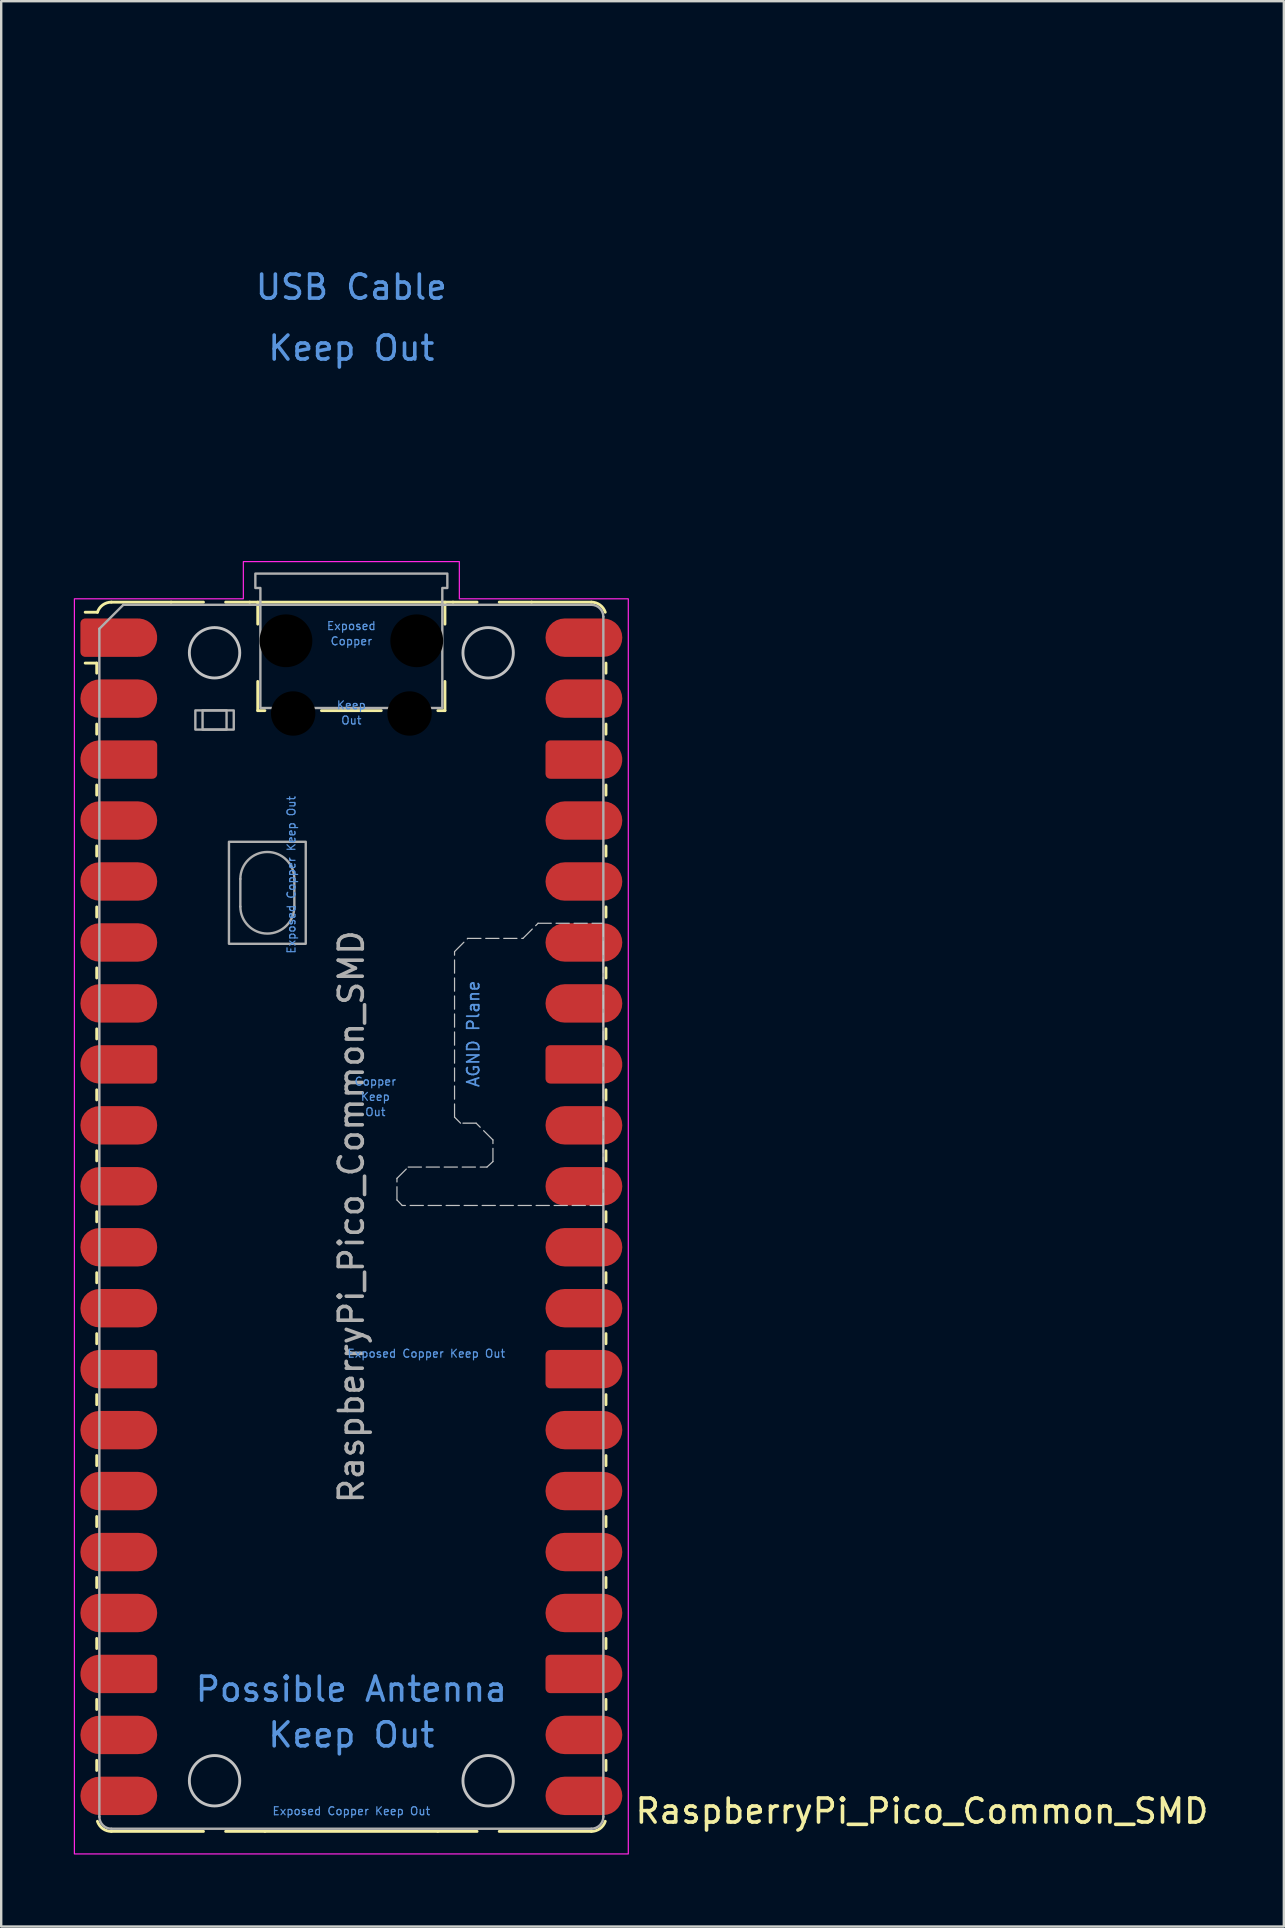
<source format=kicad_pcb>
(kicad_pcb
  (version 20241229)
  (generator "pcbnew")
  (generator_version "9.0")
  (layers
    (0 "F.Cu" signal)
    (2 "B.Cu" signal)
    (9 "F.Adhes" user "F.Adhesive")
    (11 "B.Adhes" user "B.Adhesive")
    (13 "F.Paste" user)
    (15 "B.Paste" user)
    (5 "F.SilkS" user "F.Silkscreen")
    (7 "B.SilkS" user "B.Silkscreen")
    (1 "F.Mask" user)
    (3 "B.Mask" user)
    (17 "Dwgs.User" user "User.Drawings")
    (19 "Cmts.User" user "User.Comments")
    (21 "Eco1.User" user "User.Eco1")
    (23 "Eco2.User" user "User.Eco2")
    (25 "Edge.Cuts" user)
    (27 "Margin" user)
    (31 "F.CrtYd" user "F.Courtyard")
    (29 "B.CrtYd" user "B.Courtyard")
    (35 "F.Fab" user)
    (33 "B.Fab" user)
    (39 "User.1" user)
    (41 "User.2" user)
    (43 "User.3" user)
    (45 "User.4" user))
  (footprint "RaspberryPi_Pico_Common_SMD"
    (layer "F.Cu")
    (at 11.59 47.65)
    (property "Reference" "RaspberryPi_Pico_Common_SMD" (at 11.748 24.765 0) (unlocked yes) (layer "F.SilkS") (effects (font (size 1 1) (thickness 0.15)) (justify left)))
    (attr smd)
    (fp_line (start -10.61 -23.07) (end -11.09 -23.07) (stroke (width 0.12) (type solid)) (layer "F.SilkS"))
    (fp_line (start -10.61 -23.07) (end -10.61 -22.65) (stroke (width 0.12) (type solid)) (layer "F.SilkS"))
    (fp_line (start -10.61 -20.53) (end -10.61 -20.11) (stroke (width 0.12) (type solid)) (layer "F.SilkS"))
    (fp_line (start -10.61 -17.99) (end -10.61 -17.57) (stroke (width 0.12) (type solid)) (layer "F.SilkS"))
    (fp_line (start -10.61 -15.45) (end -10.61 -15.03) (stroke (width 0.12) (type solid)) (layer "F.SilkS"))
    (fp_line (start -10.61 -12.91) (end -10.61 -12.49) (stroke (width 0.12) (type solid)) (layer "F.SilkS"))
    (fp_line (start -10.61 -10.37) (end -10.61 -9.95) (stroke (width 0.12) (type solid)) (layer "F.SilkS"))
    (fp_line (start -10.61 -7.83) (end -10.61 -7.41) (stroke (width 0.12) (type solid)) (layer "F.SilkS"))
    (fp_line (start -10.61 -5.29) (end -10.61 -4.87) (stroke (width 0.12) (type solid)) (layer "F.SilkS"))
    (fp_line (start -10.61 -2.75) (end -10.61 -2.33) (stroke (width 0.12) (type solid)) (layer "F.SilkS"))
    (fp_line (start -10.61 -0.21) (end -10.61 0.21) (stroke (width 0.12) (type solid)) (layer "F.SilkS"))
    (fp_line (start -10.61 2.33) (end -10.61 2.75) (stroke (width 0.12) (type solid)) (layer "F.SilkS"))
    (fp_line (start -10.61 4.87) (end -10.61 5.29) (stroke (width 0.12) (type solid)) (layer "F.SilkS"))
    (fp_line (start -10.61 7.41) (end -10.61 7.83) (stroke (width 0.12) (type solid)) (layer "F.SilkS"))
    (fp_line (start -10.61 9.95) (end -10.61 10.37) (stroke (width 0.12) (type solid)) (layer "F.SilkS"))
    (fp_line (start -10.61 12.49) (end -10.61 12.91) (stroke (width 0.12) (type solid)) (layer "F.SilkS"))
    (fp_line (start -10.61 15.03) (end -10.61 15.45) (stroke (width 0.12) (type solid)) (layer "F.SilkS"))
    (fp_line (start -10.61 17.57) (end -10.61 17.99) (stroke (width 0.12) (type solid)) (layer "F.SilkS"))
    (fp_line (start -10.61 20.11) (end -10.61 20.53) (stroke (width 0.12) (type solid)) (layer "F.SilkS"))
    (fp_line (start -10.61 22.65) (end -10.61 23.07) (stroke (width 0.12) (type solid)) (layer "F.SilkS"))
    (fp_line (start -10.58 -25.19) (end -11.09 -25.19) (stroke (width 0.12) (type solid)) (layer "F.SilkS"))
    (fp_line (start -10 -25.61) (end -7.51 -25.61) (stroke (width 0.12) (type solid)) (layer "F.SilkS"))
    (fp_line (start -10 25.61) (end -6.162 25.61) (stroke (width 0.12) (type solid)) (layer "F.SilkS"))
    (fp_line (start -7.51 -25.61) (end -6.162 -25.61) (stroke (width 0.12) (type solid)) (layer "F.SilkS"))
    (fp_line (start -5.238 -25.61) (end -4.235 -25.61) (stroke (width 0.12) (type solid)) (layer "F.SilkS"))
    (fp_line (start -4.235 -25.61) (end 4.235 -25.61) (stroke (width 0.12) (type solid)) (layer "F.SilkS"))
    (fp_line (start -3.9 -25.61) (end -3.9 -24.694) (stroke (width 0.12) (type solid)) (layer "F.SilkS"))
    (fp_line (start -3.9 -22.306) (end -3.9 -21.09) (stroke (width 0.12) (type solid)) (layer "F.SilkS"))
    (fp_line (start -3.9 -21.09) (end -3.604 -21.09) (stroke (width 0.12) (type solid)) (layer "F.SilkS"))
    (fp_line (start -3.6 25.61) (end -5.238 25.61) (stroke (width 0.12) (type solid)) (layer "F.SilkS"))
    (fp_line (start -1.246 -21.09) (end 1.246 -21.09) (stroke (width 0.12) (type solid)) (layer "F.SilkS"))
    (fp_line (start 3.6 25.61) (end -3.6 25.61) (stroke (width 0.12) (type solid)) (layer "F.SilkS"))
    (fp_line (start 3.604 -21.09) (end 3.9 -21.09) (stroke (width 0.12) (type solid)) (layer "F.SilkS"))
    (fp_line (start 3.9 -25.61) (end 3.9 -24.694) (stroke (width 0.12) (type solid)) (layer "F.SilkS"))
    (fp_line (start 3.9 -22.306) (end 3.9 -21.09) (stroke (width 0.12) (type solid)) (layer "F.SilkS"))
    (fp_line (start 4.235 -25.61) (end 5.238 -25.61) (stroke (width 0.12) (type solid)) (layer "F.SilkS"))
    (fp_line (start 5.238 25.61) (end 3.6 25.61) (stroke (width 0.12) (type solid)) (layer "F.SilkS"))
    (fp_line (start 6.162 -25.61) (end 7.51 -25.61) (stroke (width 0.12) (type solid)) (layer "F.SilkS"))
    (fp_line (start 6.162 25.61) (end 10 25.61) (stroke (width 0.12) (type solid)) (layer "F.SilkS"))
    (fp_line (start 10 -25.61) (end 7.51 -25.61) (stroke (width 0.12) (type solid)) (layer "F.SilkS"))
    (fp_line (start 10.61 -23.07) (end 10.61 -22.65) (stroke (width 0.12) (type solid)) (layer "F.SilkS"))
    (fp_line (start 10.61 -20.53) (end 10.61 -20.11) (stroke (width 0.12) (type solid)) (layer "F.SilkS"))
    (fp_line (start 10.61 -17.99) (end 10.61 -17.57) (stroke (width 0.12) (type solid)) (layer "F.SilkS"))
    (fp_line (start 10.61 -15.45) (end 10.61 -15.03) (stroke (width 0.12) (type solid)) (layer "F.SilkS"))
    (fp_line (start 10.61 -12.91) (end 10.61 -12.49) (stroke (width 0.12) (type solid)) (layer "F.SilkS"))
    (fp_line (start 10.61 -10.37) (end 10.61 -9.95) (stroke (width 0.12) (type solid)) (layer "F.SilkS"))
    (fp_line (start 10.61 -7.83) (end 10.61 -7.41) (stroke (width 0.12) (type solid)) (layer "F.SilkS"))
    (fp_line (start 10.61 -5.29) (end 10.61 -4.87) (stroke (width 0.12) (type solid)) (layer "F.SilkS"))
    (fp_line (start 10.61 -2.75) (end 10.61 -2.33) (stroke (width 0.12) (type solid)) (layer "F.SilkS"))
    (fp_line (start 10.61 -0.21) (end 10.61 0.21) (stroke (width 0.12) (type solid)) (layer "F.SilkS"))
    (fp_line (start 10.61 2.33) (end 10.61 2.75) (stroke (width 0.12) (type solid)) (layer "F.SilkS"))
    (fp_line (start 10.61 4.87) (end 10.61 5.29) (stroke (width 0.12) (type solid)) (layer "F.SilkS"))
    (fp_line (start 10.61 7.41) (end 10.61 7.83) (stroke (width 0.12) (type solid)) (layer "F.SilkS"))
    (fp_line (start 10.61 9.95) (end 10.61 10.37) (stroke (width 0.12) (type solid)) (layer "F.SilkS"))
    (fp_line (start 10.61 12.49) (end 10.61 12.91) (stroke (width 0.12) (type solid)) (layer "F.SilkS"))
    (fp_line (start 10.61 15.03) (end 10.61 15.45) (stroke (width 0.12) (type solid)) (layer "F.SilkS"))
    (fp_line (start 10.61 17.57) (end 10.61 17.99) (stroke (width 0.12) (type solid)) (layer "F.SilkS"))
    (fp_line (start 10.61 20.11) (end 10.61 20.53) (stroke (width 0.12) (type solid)) (layer "F.SilkS"))
    (fp_line (start 10.61 22.65) (end 10.61 23.07) (stroke (width 0.12) (type solid)) (layer "F.SilkS"))
    (fp_arc (start -10.579676 -25.19) (mid -10.357938 -25.493944) (end -10 -25.61) (stroke (width 0.12) (type solid)) (layer "F.SilkS"))
    (fp_arc (start -10 25.61) (mid -10.357937 25.493944) (end -10.579676 25.189937) (stroke (width 0.12) (type solid)) (layer "F.SilkS"))
    (fp_arc (start 10 -25.61) (mid 10.357937 -25.493944) (end 10.579676 -25.189937) (stroke (width 0.12) (type solid)) (layer "F.SilkS"))
    (fp_arc (start 10.579676 25.189937) (mid 10.357946 25.493957) (end 10 25.61) (stroke (width 0.12) (type solid)) (layer "F.SilkS"))
    (fp_circle (center -5.7 -23.5) (end -4.65 -23.5) (stroke (width 0.12) (type solid)) (fill no) (layer "Dwgs.User"))
    (fp_circle (center -5.7 23.5) (end -4.65 23.5) (stroke (width 0.12) (type solid)) (fill no) (layer "Dwgs.User"))
    (fp_circle (center 5.7 -23.5) (end 6.75 -23.5) (stroke (width 0.12) (type solid)) (fill no) (layer "Dwgs.User"))
    (fp_circle (center 5.7 23.5) (end 6.75 23.5) (stroke (width 0.12) (type solid)) (fill no) (layer "Dwgs.User"))
    (fp_poly (pts (xy 10.5 -0.47) (xy 2.12 -0.47) (xy 1.9 -0.7) (xy 1.9 -1.6) (xy 2.37 -2.07) (xy 5.65 -2.07) (xy 5.9 -2.3) (xy 5.9 -3.2) (xy 5.2 -3.9) (xy 4.55 -3.9) (xy 4.3 -4.15) (xy 4.3 -11.05) (xy 4.85 -11.6) (xy 7.15 -11.6) (xy 7.78 -12.23) (xy 10.5 -12.23)) (stroke (width 0.05) (type dash)) (fill no) (layer "Dwgs.User"))
    (fp_poly (pts (xy -4.5 -27.3) (xy 4.5 -27.3) (xy 4.5 -25.75) (xy 11.54 -25.75) (xy 11.54 26.55) (xy -11.54 26.55) (xy -11.54 -25.75) (xy -4.5 -25.75)) (stroke (width 0.05) (type solid)) (fill no) (layer "F.CrtYd"))
    (fp_line (start -10.5 -24.5) (end -9.5 -25.5) (stroke (width 0.1) (type solid)) (layer "F.Fab"))
    (fp_line (start -10.5 25) (end -10.5 -24.5) (stroke (width 0.1) (type solid)) (layer "F.Fab"))
    (fp_line (start -9.5 -25.5) (end 10 -25.5) (stroke (width 0.1) (type solid)) (layer "F.Fab"))
    (fp_line (start -4.625 -14.075) (end -4.625 -12.925) (stroke (width 0.1) (type solid)) (layer "F.Fab"))
    (fp_line (start -2.375 -14.075) (end -2.375 -12.925) (stroke (width 0.1) (type solid)) (layer "F.Fab"))
    (fp_line (start 10 25.5) (end -10 25.5) (stroke (width 0.1) (type solid)) (layer "F.Fab"))
    (fp_line (start 10.5 -25) (end 10.5 25) (stroke (width 0.1) (type solid)) (layer "F.Fab"))
    (fp_rect (start -6.5 -21.1) (end -4.9 -20.3) (stroke (width 0.1) (type solid)) (fill no) (layer "F.Fab"))
    (fp_rect (start -6.2 -21.1) (end -5.2 -20.3) (stroke (width 0.1) (type solid)) (fill no) (layer "F.Fab"))
    (fp_rect (start -5.1 -15.625) (end -1.9 -11.375) (stroke (width 0.1) (type solid)) (fill no) (layer "F.Fab"))
    (fp_arc (start -10 25.5) (mid -10.353553 25.353553) (end -10.5 25) (stroke (width 0.1) (type solid)) (layer "F.Fab"))
    (fp_arc (start -4.625 -14.075) (mid -3.5 -15.2) (end -2.375 -14.075) (stroke (width 0.1) (type solid)) (layer "F.Fab"))
    (fp_arc (start -2.375 -12.925) (mid -3.5 -11.8) (end -4.625 -12.925) (stroke (width 0.1) (type solid)) (layer "F.Fab"))
    (fp_arc (start 10 -25.5) (mid 10.353553 -25.353553) (end 10.5 -25) (stroke (width 0.1) (type solid)) (layer "F.Fab"))
    (fp_arc (start 10.5 25) (mid 10.353553 25.353553) (end 10 25.5) (stroke (width 0.1) (type solid)) (layer "F.Fab"))
    (fp_poly (pts (xy 3.79 -21.2) (xy 3.79 -26.2) (xy 4 -26.2) (xy 4 -26.8) (xy -4 -26.8) (xy -4 -26.2) (xy -3.79 -26.2) (xy -3.79 -21.2)) (stroke (width 0.1) (type solid)) (fill no) (layer "F.Fab"))
    (fp_text user "AGND Plane" (at 5.08 -7.62 90) (unlocked yes) (layer "Cmts.User") (effects (font (size 0.5 0.5) (thickness 0.075))))
    (fp_text user "Exposed Copper Keep Out" (at 3.124 5.7 0) (unlocked yes) (layer "Cmts.User") (effects (font (size 0.333 0.333) (thickness 0.05))))
    (fp_text user "Copper" (at 0 -23.983 0) (unlocked yes) (layer "Cmts.User") (effects (font (size 0.333 0.333) (thickness 0.05))))
    (fp_text user "Keep Out" (at 0 -36.195 0) (unlocked yes) (layer "Cmts.User") (effects (font (size 1 1) (thickness 0.15))))
    (fp_text user "Out" (at 1 -4.365 0) (unlocked yes) (layer "Cmts.User") (effects (font (size 0.333 0.333) (thickness 0.05))))
    (fp_text user "USB Cable" (at 0 -38.735 0) (unlocked yes) (layer "Cmts.User") (effects (font (size 1 1) (thickness 0.15))))
    (fp_text user "Exposed" (at 0 -24.617 0) (unlocked yes) (layer "Cmts.User") (effects (font (size 0.333 0.333) (thickness 0.05))))
    (fp_text user "Keep Out" (at 0 21.59 0) (unlocked yes) (layer "Cmts.User") (effects (font (size 1 1) (thickness 0.15))))
    (fp_text user "Keep" (at 0 -21.317 0) (unlocked yes) (layer "Cmts.User") (effects (font (size 0.333 0.333) (thickness 0.05))))
    (fp_text user "Copper" (at 1 -5.635 0) (unlocked yes) (layer "Cmts.User") (effects (font (size 0.333 0.333) (thickness 0.05))))
    (fp_text user "Possible Antenna" (at 0 19.685 0) (unlocked yes) (layer "Cmts.User") (effects (font (size 1 1) (thickness 0.15))))
    (fp_text user "Exposed Copper Keep Out" (at -2.5 -14.25 90) (unlocked yes) (layer "Cmts.User") (effects (font (size 0.333 0.333) (thickness 0.05))))
    (fp_text user "Keep" (at 1 -5 0) (unlocked yes) (layer "Cmts.User") (effects (font (size 0.333 0.333) (thickness 0.05))))
    (fp_text user "Exposed Copper Keep Out" (at 0 24.765 0) (unlocked yes) (layer "Cmts.User") (effects (font (size 0.333 0.333) (thickness 0.05))))
    (fp_text user "Out" (at 0 -20.683 0) (unlocked yes) (layer "Cmts.User") (effects (font (size 0.333 0.333) (thickness 0.05))))
    (fp_text user "${REFERENCE}" (at 0 0 90) (layer "F.Fab") (effects (font (size 1 1) (thickness 0.15))))
    (pad "" smd rect (at -8.89 -24.13) (size 3.8 2.2) (drill (offset -0.8 0)) (layers "F.Paste"))
    (pad "" smd rect (at -8.89 -21.59) (size 3.8 2.2) (drill (offset -0.8 0)) (layers "F.Paste"))
    (pad "" smd rect (at -8.89 -19.05) (size 3.8 2.2) (drill (offset -0.8 0)) (layers "F.Paste"))
    (pad "" smd rect (at -8.89 -16.51) (size 3.8 2.2) (drill (offset -0.8 0)) (layers "F.Paste"))
    (pad "" smd rect (at -8.89 -13.97) (size 3.8 2.2) (drill (offset -0.8 0)) (layers "F.Paste"))
    (pad "" smd rect (at -8.89 -11.43) (size 3.8 2.2) (drill (offset -0.8 0)) (layers "F.Paste"))
    (pad "" smd rect (at -8.89 -8.89) (size 3.8 2.2) (drill (offset -0.8 0)) (layers "F.Paste"))
    (pad "" smd rect (at -8.89 -6.35) (size 3.8 2.2) (drill (offset -0.8 0)) (layers "F.Paste"))
    (pad "" smd rect (at -8.89 -3.81) (size 3.8 2.2) (drill (offset -0.8 0)) (layers "F.Paste"))
    (pad "" smd rect (at -8.89 -1.27) (size 3.8 2.2) (drill (offset -0.8 0)) (layers "F.Paste"))
    (pad "" smd rect (at -8.89 1.27) (size 3.8 2.2) (drill (offset -0.8 0)) (layers "F.Paste"))
    (pad "" smd rect (at -8.89 3.81) (size 3.8 2.2) (drill (offset -0.8 0)) (layers "F.Paste"))
    (pad "" smd rect (at -8.89 6.35) (size 3.8 2.2) (drill (offset -0.8 0)) (layers "F.Paste"))
    (pad "" smd rect (at -8.89 8.89) (size 3.8 2.2) (drill (offset -0.8 0)) (layers "F.Paste"))
    (pad "" smd rect (at -8.89 11.43) (size 3.8 2.2) (drill (offset -0.8 0)) (layers "F.Paste"))
    (pad "" smd rect (at -8.89 13.97) (size 3.8 2.2) (drill (offset -0.8 0)) (layers "F.Paste"))
    (pad "" smd rect (at -8.89 16.51) (size 3.8 2.2) (drill (offset -0.8 0)) (layers "F.Paste"))
    (pad "" smd rect (at -8.89 19.05) (size 3.8 2.2) (drill (offset -0.8 0)) (layers "F.Paste"))
    (pad "" smd rect (at -8.89 21.59) (size 3.8 2.2) (drill (offset -0.8 0)) (layers "F.Paste"))
    (pad "" smd rect (at -8.89 24.13) (size 3.8 2.2) (drill (offset -0.8 0)) (layers "F.Paste"))
    (pad "" np_thru_hole circle (at -2.725 -24) (size 2.2 2.2) (drill 2.2) (layers "*.Mask"))
    (pad "" np_thru_hole circle (at -2.425 -20.97) (size 1.85 1.85) (drill 1.85) (layers "*.Mask"))
    (pad "" np_thru_hole circle (at 2.425 -20.97) (size 1.85 1.85) (drill 1.85) (layers "*.Mask"))
    (pad "" np_thru_hole circle (at 2.725 -24) (size 2.2 2.2) (drill 2.2) (layers "*.Mask"))
    (pad "" smd rect (at 8.89 -24.13) (size 3.8 2.2) (drill (offset 0.8 0)) (layers "F.Paste"))
    (pad "" smd rect (at 8.89 -21.59) (size 3.8 2.2) (drill (offset 0.8 0)) (layers "F.Paste"))
    (pad "" smd rect (at 8.89 -19.05) (size 3.8 2.2) (drill (offset 0.8 0)) (layers "F.Paste"))
    (pad "" smd rect (at 8.89 -16.51) (size 3.8 2.2) (drill (offset 0.8 0)) (layers "F.Paste"))
    (pad "" smd rect (at 8.89 -13.97) (size 3.8 2.2) (drill (offset 0.8 0)) (layers "F.Paste"))
    (pad "" smd rect (at 8.89 -11.43) (size 3.8 2.2) (drill (offset 0.8 0)) (layers "F.Paste"))
    (pad "" smd rect (at 8.89 -8.89) (size 3.8 2.2) (drill (offset 0.8 0)) (layers "F.Paste"))
    (pad "" smd rect (at 8.89 -6.35) (size 3.8 2.2) (drill (offset 0.8 0)) (layers "F.Paste"))
    (pad "" smd rect (at 8.89 -3.81) (size 3.8 2.2) (drill (offset 0.8 0)) (layers "F.Paste"))
    (pad "" smd rect (at 8.89 -1.27) (size 3.8 2.2) (drill (offset 0.8 0)) (layers "F.Paste"))
    (pad "" smd rect (at 8.89 1.27) (size 3.8 2.2) (drill (offset 0.8 0)) (layers "F.Paste"))
    (pad "" smd rect (at 8.89 3.81) (size 3.8 2.2) (drill (offset 0.8 0)) (layers "F.Paste"))
    (pad "" smd rect (at 8.89 6.35) (size 3.8 2.2) (drill (offset 0.8 0)) (layers "F.Paste"))
    (pad "" smd rect (at 8.89 8.89) (size 3.8 2.2) (drill (offset 0.8 0)) (layers "F.Paste"))
    (pad "" smd rect (at 8.89 11.43) (size 3.8 2.2) (drill (offset 0.8 0)) (layers "F.Paste"))
    (pad "" smd rect (at 8.89 13.97) (size 3.8 2.2) (drill (offset 0.8 0)) (layers "F.Paste"))
    (pad "" smd rect (at 8.89 16.51) (size 3.8 2.2) (drill (offset 0.8 0)) (layers "F.Paste"))
    (pad "" smd rect (at 8.89 19.05) (size 3.8 2.2) (drill (offset 0.8 0)) (layers "F.Paste"))
    (pad "" smd rect (at 8.89 21.59) (size 3.8 2.2) (drill (offset 0.8 0)) (layers "F.Paste"))
    (pad "" smd rect (at 8.89 24.13) (size 3.8 2.2) (drill (offset 0.8 0)) (layers "F.Paste"))
    (pad "1" smd custom (at -9.69 -24.13) (size 1.6 0.8) (layers "F.Cu" "F.Mask") (options (anchor rect)) (primitives (gr_circle (center 0.8 0) (end 1.6 0) (width 0) (fill yes)) (gr_poly (pts (xy -1.6 -0.6) (xy -1.6 0.6) (xy -1.4 0.8) (xy 0.8 0.8) (xy 0.8 -0.8) (xy -1.4 -0.8)) (width 0) (fill yes)) (gr_circle (center -1.4 -0.6) (end -1.2 -0.6) (width 0) (fill yes)) (gr_circle (center -1.4 0.6) (end -1.2 0.6) (width 0) (fill yes))))
    (pad "2" smd roundrect (at -9.69 -21.59) (size 3.2 1.6) (layers "F.Cu" "F.Mask") (roundrect_rratio 0.5))
    (pad "3" smd custom (at -9.69 -19.05) (size 1.6 0.8) (layers "F.Cu" "F.Mask") (options (anchor rect)) (primitives (gr_circle (center -0.8 0) (end 0 0) (width 0) (fill yes)) (gr_poly (pts (xy 1.6 -0.6) (xy 1.6 0.6) (xy 1.4 0.8) (xy -0.8 0.8) (xy -0.8 -0.8) (xy 1.4 -0.8)) (width 0) (fill yes)) (gr_circle (center 1.4 -0.6) (end 1.6 -0.6) (width 0) (fill yes)) (gr_circle (center 1.4 0.6) (end 1.6 0.6) (width 0) (fill yes))))
    (pad "4" smd roundrect (at -9.69 -16.51) (size 3.2 1.6) (layers "F.Cu" "F.Mask") (roundrect_rratio 0.5))
    (pad "5" smd roundrect (at -9.69 -13.97) (size 3.2 1.6) (layers "F.Cu" "F.Mask") (roundrect_rratio 0.5))
    (pad "6" smd roundrect (at -9.69 -11.43) (size 3.2 1.6) (layers "F.Cu" "F.Mask") (roundrect_rratio 0.5))
    (pad "7" smd roundrect (at -9.69 -8.89) (size 3.2 1.6) (layers "F.Cu" "F.Mask") (roundrect_rratio 0.5))
    (pad "8" smd custom (at -9.69 -6.35) (size 1.6 0.8) (layers "F.Cu" "F.Mask") (options (anchor rect)) (primitives (gr_circle (center -0.8 0) (end 0 0) (width 0) (fill yes)) (gr_poly (pts (xy 1.6 -0.6) (xy 1.6 0.6) (xy 1.4 0.8) (xy -0.8 0.8) (xy -0.8 -0.8) (xy 1.4 -0.8)) (width 0) (fill yes)) (gr_circle (center 1.4 -0.6) (end 1.6 -0.6) (width 0) (fill yes)) (gr_circle (center 1.4 0.6) (end 1.6 0.6) (width 0) (fill yes))))
    (pad "9" smd roundrect (at -9.69 -3.81) (size 3.2 1.6) (layers "F.Cu" "F.Mask") (roundrect_rratio 0.5))
    (pad "10" smd roundrect (at -9.69 -1.27) (size 3.2 1.6) (layers "F.Cu" "F.Mask") (roundrect_rratio 0.5))
    (pad "11" smd roundrect (at -9.69 1.27) (size 3.2 1.6) (layers "F.Cu" "F.Mask") (roundrect_rratio 0.5))
    (pad "12" smd roundrect (at -9.69 3.81) (size 3.2 1.6) (layers "F.Cu" "F.Mask") (roundrect_rratio 0.5))
    (pad "13" smd custom (at -9.69 6.35) (size 1.6 0.8) (layers "F.Cu" "F.Mask") (options (anchor rect)) (primitives (gr_circle (center -0.8 0) (end 0 0) (width 0) (fill yes)) (gr_poly (pts (xy 1.6 -0.6) (xy 1.6 0.6) (xy 1.4 0.8) (xy -0.8 0.8) (xy -0.8 -0.8) (xy 1.4 -0.8)) (width 0) (fill yes)) (gr_circle (center 1.4 -0.6) (end 1.6 -0.6) (width 0) (fill yes)) (gr_circle (center 1.4 0.6) (end 1.6 0.6) (width 0) (fill yes))))
    (pad "14" smd roundrect (at -9.69 8.89) (size 3.2 1.6) (layers "F.Cu" "F.Mask") (roundrect_rratio 0.5))
    (pad "15" smd roundrect (at -9.69 11.43) (size 3.2 1.6) (layers "F.Cu" "F.Mask") (roundrect_rratio 0.5))
    (pad "16" smd roundrect (at -9.69 13.97) (size 3.2 1.6) (layers "F.Cu" "F.Mask") (roundrect_rratio 0.5))
    (pad "17" smd roundrect (at -9.69 16.51) (size 3.2 1.6) (layers "F.Cu" "F.Mask") (roundrect_rratio 0.5))
    (pad "18" smd custom (at -9.69 19.05) (size 1.6 0.8) (layers "F.Cu" "F.Mask") (options (anchor rect)) (primitives (gr_circle (center -0.8 0) (end 0 0) (width 0) (fill yes)) (gr_poly (pts (xy 1.6 -0.6) (xy 1.6 0.6) (xy 1.4 0.8) (xy -0.8 0.8) (xy -0.8 -0.8) (xy 1.4 -0.8)) (width 0) (fill yes)) (gr_circle (center 1.4 -0.6) (end 1.6 -0.6) (width 0) (fill yes)) (gr_circle (center 1.4 0.6) (end 1.6 0.6) (width 0) (fill yes))))
    (pad "19" smd roundrect (at -9.69 21.59) (size 3.2 1.6) (layers "F.Cu" "F.Mask") (roundrect_rratio 0.5))
    (pad "20" smd roundrect (at -9.69 24.13) (size 3.2 1.6) (layers "F.Cu" "F.Mask") (roundrect_rratio 0.5))
    (pad "21" smd roundrect (at 9.69 24.13) (size 3.2 1.6) (layers "F.Cu" "F.Mask") (roundrect_rratio 0.5))
    (pad "22" smd roundrect (at 9.69 21.59) (size 3.2 1.6) (layers "F.Cu" "F.Mask") (roundrect_rratio 0.5))
    (pad "23" smd custom (at 9.69 19.05) (size 1.6 0.8) (layers "F.Cu" "F.Mask") (options (anchor rect)) (primitives (gr_circle (center 0.8 0) (end 1.6 0) (width 0) (fill yes)) (gr_poly (pts (xy -1.6 -0.6) (xy -1.6 0.6) (xy -1.4 0.8) (xy 0.8 0.8) (xy 0.8 -0.8) (xy -1.4 -0.8)) (width 0) (fill yes)) (gr_circle (center -1.4 -0.6) (end -1.2 -0.6) (width 0) (fill yes)) (gr_circle (center -1.4 0.6) (end -1.2 0.6) (width 0) (fill yes))))
    (pad "24" smd roundrect (at 9.69 16.51) (size 3.2 1.6) (layers "F.Cu" "F.Mask") (roundrect_rratio 0.5))
    (pad "25" smd roundrect (at 9.69 13.97) (size 3.2 1.6) (layers "F.Cu" "F.Mask") (roundrect_rratio 0.5))
    (pad "26" smd roundrect (at 9.69 11.43) (size 3.2 1.6) (layers "F.Cu" "F.Mask") (roundrect_rratio 0.5))
    (pad "27" smd roundrect (at 9.69 8.89) (size 3.2 1.6) (layers "F.Cu" "F.Mask") (roundrect_rratio 0.5))
    (pad "28" smd custom (at 9.69 6.35) (size 1.6 0.8) (layers "F.Cu" "F.Mask") (options (anchor rect)) (primitives (gr_circle (center 0.8 0) (end 1.6 0) (width 0) (fill yes)) (gr_poly (pts (xy -1.6 -0.6) (xy -1.6 0.6) (xy -1.4 0.8) (xy 0.8 0.8) (xy 0.8 -0.8) (xy -1.4 -0.8)) (width 0) (fill yes)) (gr_circle (center -1.4 -0.6) (end -1.2 -0.6) (width 0) (fill yes)) (gr_circle (center -1.4 0.6) (end -1.2 0.6) (width 0) (fill yes))))
    (pad "29" smd roundrect (at 9.69 3.81) (size 3.2 1.6) (layers "F.Cu" "F.Mask") (roundrect_rratio 0.5))
    (pad "30" smd roundrect (at 9.69 1.27) (size 3.2 1.6) (layers "F.Cu" "F.Mask") (roundrect_rratio 0.5))
    (pad "31" smd roundrect (at 9.69 -1.27) (size 3.2 1.6) (layers "F.Cu" "F.Mask") (roundrect_rratio 0.5))
    (pad "32" smd roundrect (at 9.69 -3.81) (size 3.2 1.6) (layers "F.Cu" "F.Mask") (roundrect_rratio 0.5))
    (pad "33" smd custom (at 9.69 -6.35) (size 1.6 0.8) (layers "F.Cu" "F.Mask") (options (anchor rect)) (primitives (gr_circle (center 0.8 0) (end 1.6 0) (width 0) (fill yes)) (gr_poly (pts (xy -1.6 -0.6) (xy -1.6 0.6) (xy -1.4 0.8) (xy 0.8 0.8) (xy 0.8 -0.8) (xy -1.4 -0.8)) (width 0) (fill yes)) (gr_circle (center -1.4 -0.6) (end -1.2 -0.6) (width 0) (fill yes)) (gr_circle (center -1.4 0.6) (end -1.2 0.6) (width 0) (fill yes))))
    (pad "34" smd roundrect (at 9.69 -8.89) (size 3.2 1.6) (layers "F.Cu" "F.Mask") (roundrect_rratio 0.5))
    (pad "35" smd roundrect (at 9.69 -11.43) (size 3.2 1.6) (layers "F.Cu" "F.Mask") (roundrect_rratio 0.5))
    (pad "36" smd roundrect (at 9.69 -13.97) (size 3.2 1.6) (layers "F.Cu" "F.Mask") (roundrect_rratio 0.5))
    (pad "37" smd roundrect (at 9.69 -16.51) (size 3.2 1.6) (layers "F.Cu" "F.Mask") (roundrect_rratio 0.5))
    (pad "38" smd custom (at 9.69 -19.05) (size 1.6 0.8) (layers "F.Cu" "F.Mask") (options (anchor rect)) (primitives (gr_circle (center 0.8 0) (end 1.6 0) (width 0) (fill yes)) (gr_poly (pts (xy -1.6 -0.6) (xy -1.6 0.6) (xy -1.4 0.8) (xy 0.8 0.8) (xy 0.8 -0.8) (xy -1.4 -0.8)) (width 0) (fill yes)) (gr_circle (center -1.4 -0.6) (end -1.2 -0.6) (width 0) (fill yes)) (gr_circle (center -1.4 0.6) (end -1.2 0.6) (width 0) (fill yes))))
    (pad "39" smd roundrect (at 9.69 -21.59) (size 3.2 1.6) (layers "F.Cu" "F.Mask") (roundrect_rratio 0.5))
    (pad "40" smd roundrect (at 9.69 -24.13) (size 3.2 1.6) (layers "F.Cu" "F.Mask") (roundrect_rratio 0.5))
    (zone (net_name "") (layers "F.Cu" "B.Cu" "F.Paste" "B.Paste") (name "Antenna Copper Keep Out") (hatch full 0.5) (connect_pads) (min_thickness 0.254) (filled_areas_thickness no) (keepout (tracks not_allowed) (vias not_allowed) (pads not_allowed) (copperpour not_allowed) (footprints allowed)) (placement (enabled no)) (fill) (polygon (pts (xy 9.19 72.64) (xy 4.49 68.99) (xy 4.49 64.65) (xy 18.69 64.65) (xy 18.69 68.99) (xy 13.99 72.64) (xy 13.99 73.65) (xy 9.19 73.65))))
    (zone (net_name "") (layers "F.Cu" "F.Paste") (name "Pad Keep Out D1-W") (hatch full 0.5) (connect_pads) (min_thickness 0.25) (filled_areas_thickness no) (keepout (tracks not_allowed) (vias not_allowed) (pads not_allowed) (copperpour not_allowed) (footprints allowed)) (placement (enabled no)) (fill) (polygon (pts (xy 11.219 52.45) (xy 11.274 52.395) (xy 11.347 52.365) (xy 11.387 52.363) (xy 12.174 52.363) (xy 12.174 54.337) (xy 11.387 54.337) (xy 11.347 54.335) (xy 11.274 54.305) (xy 11.219 54.25) (xy 11.189 54.177) (xy 11.187 54.137) (xy 11.187 52.563) (xy 11.189 52.523))))
    (zone (net_name "") (layers "F.Cu" "F.Paste") (name "Pad Keep Out D1-W") (hatch full 0.5) (connect_pads) (min_thickness 0.25) (filled_areas_thickness no) (keepout (tracks not_allowed) (vias not_allowed) (pads not_allowed) (copperpour not_allowed) (footprints allowed)) (placement (enabled no)) (fill) (polygon (pts (xy 12.961 54.337) (xy 12.174 54.337) (xy 12.174 52.363) (xy 12.961 52.363) (xy 13.001 52.365) (xy 13.074 52.395) (xy 13.129 52.45) (xy 13.16 52.523) (xy 13.162 52.563) (xy 13.162 54.137) (xy 13.16 54.177) (xy 13.129 54.25) (xy 13.074 54.305) (xy 13.001 54.335))))
    (zone (net_name "") (layers "F.Cu" "F.Paste") (name "Pad Keep Out TP6") (hatch full 0.5) (connect_pads) (min_thickness 0.25) (filled_areas_thickness no) (keepout (tracks not_allowed) (vias not_allowed) (pads not_allowed) (copperpour not_allowed) (footprints allowed)) (placement (enabled no)) (fill) (polygon (pts (xy 8.574 37.598) (xy 8.448 37.564) (xy 8.334 37.498) (xy 8.242 37.406) (xy 8.176 37.292) (xy 8.142 37.166) (xy 8.14 37.1) (xy 8.14 33.4) (xy 10.04 33.4) (xy 10.04 37.1) (xy 10.038 37.166) (xy 10.004 37.292) (xy 9.938 37.406) (xy 9.846 37.498) (xy 9.732 37.564) (xy 9.606 37.598) (xy 9.54 37.6) (xy 8.64 37.6))))
    (zone (net_name "") (layers "F.Cu" "F.Paste") (name "Pad Keep Out TP3") (hatch full 0.5) (connect_pads) (min_thickness 0.25) (filled_areas_thickness no) (keepout (tracks not_allowed) (vias not_allowed) (pads not_allowed) (copperpour not_allowed) (footprints allowed)) (placement (enabled no)) (fill) (polygon (pts (xy 9.642 22.834) (xy 9.676 22.708) (xy 9.742 22.594) (xy 9.834 22.502) (xy 9.948 22.436) (xy 10.074 22.402) (xy 10.14 22.4) (xy 10.59 22.4) (xy 10.59 24.3) (xy 10.14 24.3) (xy 10.074 24.298) (xy 9.948 24.264) (xy 9.834 24.198) (xy 9.742 24.106) (xy 9.676 23.992) (xy 9.642 23.866) (xy 9.64 23.8) (xy 9.64 22.9))))
    (zone (net_name "") (layers "F.Cu" "F.Paste") (name "Pad Keep Out TP4") (hatch full 0.5) (connect_pads) (min_thickness 0.25) (filled_areas_thickness no) (keepout (tracks not_allowed) (vias not_allowed) (pads not_allowed) (copperpour not_allowed) (footprints allowed)) (placement (enabled no)) (fill) (polygon (pts (xy 10.04 33.4) (xy 10.04 29.7) (xy 10.038 29.634) (xy 10.004 29.508) (xy 9.938 29.394) (xy 9.846 29.302) (xy 9.732 29.236) (xy 9.606 29.202) (xy 9.54 29.2) (xy 8.64 29.2) (xy 8.574 29.202) (xy 8.448 29.236) (xy 8.334 29.302) (xy 8.242 29.394) (xy 8.176 29.508) (xy 8.142 29.634) (xy 8.14 29.7) (xy 8.14 33.4))))
    (zone (net_name "") (layers "F.Cu" "F.Paste") (name "Pad Keep Out TP3") (hatch full 0.5) (connect_pads) (min_thickness 0.25) (filled_areas_thickness no) (keepout (tracks not_allowed) (vias not_allowed) (pads not_allowed) (copperpour not_allowed) (footprints allowed)) (placement (enabled no)) (fill) (polygon (pts (xy 10.59 24.3) (xy 11.04 24.3) (xy 11.106 24.298) (xy 11.232 24.264) (xy 11.346 24.198) (xy 11.438 24.106) (xy 11.504 23.992) (xy 11.538 23.866) (xy 11.54 23.8) (xy 11.54 22.9) (xy 11.538 22.834) (xy 11.504 22.708) (xy 11.438 22.594) (xy 11.346 22.502) (xy 11.232 22.436) (xy 11.106 22.402) (xy 11.04 22.4) (xy 10.59 22.4))))
    (zone (net_name "") (layers "F.Cu" "F.Paste") (name "Pad Keep Out TP1") (hatch full 0.5) (connect_pads) (min_thickness 0.25) (filled_areas_thickness no) (keepout (tracks not_allowed) (vias not_allowed) (pads not_allowed) (copperpour not_allowed) (footprints allowed)) (placement (enabled no)) (fill) (polygon (pts (xy 10.642 26.134) (xy 10.676 26.008) (xy 10.742 25.894) (xy 10.834 25.802) (xy 10.948 25.736) (xy 11.074 25.702) (xy 11.14 25.7) (xy 11.59 25.7) (xy 11.59 27.6) (xy 11.14 27.6) (xy 11.074 27.598) (xy 10.948 27.564) (xy 10.834 27.498) (xy 10.742 27.406) (xy 10.676 27.292) (xy 10.642 27.166) (xy 10.64 27.1) (xy 10.64 26.2))))
    (zone (net_name "") (layers "F.Cu" "F.Paste") (name "Pad Keep Out TP1") (hatch full 0.5) (connect_pads) (min_thickness 0.25) (filled_areas_thickness no) (keepout (tracks not_allowed) (vias not_allowed) (pads not_allowed) (copperpour not_allowed) (footprints allowed)) (placement (enabled no)) (fill) (polygon (pts (xy 11.59 27.6) (xy 12.04 27.6) (xy 12.106 27.598) (xy 12.232 27.564) (xy 12.346 27.498) (xy 12.438 27.406) (xy 12.504 27.292) (xy 12.538 27.166) (xy 12.54 27.1) (xy 12.54 26.2) (xy 12.538 26.134) (xy 12.504 26.008) (xy 12.438 25.894) (xy 12.346 25.802) (xy 12.232 25.736) (xy 12.106 25.702) (xy 12.04 25.7) (xy 11.59 25.7))))
    (zone (net_name "") (layers "F.Cu" "F.Paste") (name "Pad Keep Out TP2") (hatch full 0.5) (connect_pads) (min_thickness 0.25) (filled_areas_thickness no) (keepout (tracks not_allowed) (vias not_allowed) (pads not_allowed) (copperpour not_allowed) (footprints allowed)) (placement (enabled no)) (fill) (polygon (pts (xy 11.642 22.849) (xy 11.676 22.723) (xy 11.742 22.609) (xy 11.834 22.517) (xy 11.948 22.451) (xy 12.074 22.417) (xy 12.14 22.415) (xy 12.59 22.415) (xy 12.59 24.315) (xy 12.14 24.315) (xy 12.074 24.313) (xy 11.948 24.279) (xy 11.834 24.213) (xy 11.742 24.121) (xy 11.676 24.007) (xy 11.642 23.881) (xy 11.64 23.815) (xy 11.64 22.915))))
    (zone (net_name "") (layers "F.Cu" "F.Paste") (name "Pad Keep Out TP7") (hatch full 0.5) (connect_pads) (min_thickness 0.25) (filled_areas_thickness no) (keepout (tracks not_allowed) (vias not_allowed) (pads not_allowed) (copperpour not_allowed) (footprints allowed)) (placement (enabled no)) (fill) (polygon (pts (xy 11.642 42.134) (xy 11.676 42.008) (xy 11.742 41.894) (xy 11.834 41.802) (xy 11.948 41.736) (xy 12.074 41.702) (xy 12.14 41.7) (xy 12.59 41.7) (xy 12.59 43.6) (xy 12.14 43.6) (xy 12.074 43.598) (xy 11.948 43.564) (xy 11.834 43.498) (xy 11.742 43.406) (xy 11.676 43.292) (xy 11.642 43.166) (xy 11.64 43.1) (xy 11.64 42.2))))
    (zone (net_name "") (layers "F.Cu" "F.Paste") (name "Pad Keep Out TP2") (hatch full 0.5) (connect_pads) (min_thickness 0.25) (filled_areas_thickness no) (keepout (tracks not_allowed) (vias not_allowed) (pads not_allowed) (copperpour not_allowed) (footprints allowed)) (placement (enabled no)) (fill) (polygon (pts (xy 12.59 24.315) (xy 13.04 24.315) (xy 13.106 24.313) (xy 13.232 24.279) (xy 13.346 24.213) (xy 13.438 24.121) (xy 13.504 24.007) (xy 13.538 23.881) (xy 13.54 23.815) (xy 13.54 22.915) (xy 13.538 22.849) (xy 13.504 22.723) (xy 13.438 22.609) (xy 13.346 22.517) (xy 13.232 22.451) (xy 13.106 22.417) (xy 13.04 22.415) (xy 12.59 22.415))))
    (zone (net_name "") (layers "F.Cu" "F.Paste") (name "Pad Keep Out TP7") (hatch full 0.5) (connect_pads) (min_thickness 0.25) (filled_areas_thickness no) (keepout (tracks not_allowed) (vias not_allowed) (pads not_allowed) (copperpour not_allowed) (footprints allowed)) (placement (enabled no)) (fill) (polygon (pts (xy 12.59 43.6) (xy 13.04 43.6) (xy 13.106 43.598) (xy 13.232 43.564) (xy 13.346 43.498) (xy 13.438 43.406) (xy 13.504 43.292) (xy 13.538 43.166) (xy 13.54 43.1) (xy 13.54 42.2) (xy 13.538 42.134) (xy 13.504 42.008) (xy 13.438 41.894) (xy 13.346 41.802) (xy 13.232 41.736) (xy 13.106 41.702) (xy 13.04 41.7) (xy 12.59 41.7))))
    (zone (net_name "") (layers "F.Cu" "F.Paste") (name "Pad Keep Out D2") (hatch full 0.5) (connect_pads) (min_thickness 0.25) (filled_areas_thickness no) (keepout (tracks not_allowed) (vias not_allowed) (pads not_allowed) (copperpour not_allowed) (footprints allowed)) (placement (enabled no)) (fill) (polygon (pts (xy 10.99 70.55) (xy 11.59 70.55) (arc (start 11.59 74.15) (mid 10.882893 73.857107) (end 10.59 73.15)) (xy 10.59 70.95) (xy 10.592 70.887) (xy 10.631 70.767) (xy 10.705 70.665) (xy 10.807 70.591) (xy 10.927 70.552))))
    (zone (net_name "") (layers "F.Cu" "F.Paste") (name "Pad Keep Out D2") (hatch full 0.5) (connect_pads) (min_thickness 0.25) (filled_areas_thickness no) (keepout (tracks not_allowed) (vias not_allowed) (pads not_allowed) (copperpour not_allowed) (footprints allowed)) (placement (enabled no)) (fill) (polygon (pts (xy 12.19 70.55) (xy 12.253 70.552) (xy 12.373 70.591) (xy 12.475 70.665) (xy 12.549 70.767) (xy 12.588 70.887) (xy 12.59 70.95) (arc (start 12.59 73.15) (mid 12.297107 73.857107) (end 11.59 74.15)) (xy 11.59 70.55))))
    (zone (net_name "") (layers "F.Cu" "F.Paste") (name "Pad Keep Out D2-W") (hatch full 0.508) (connect_pads) (min_thickness 0.254) (filled_areas_thickness no) (keepout (tracks not_allowed) (vias not_allowed) (pads not_allowed) (copperpour not_allowed) (footprints allowed)) (placement (enabled no)) (fill) (polygon (pts (xy 15.706 53.35) (xy 15.687 53.157) (xy 15.631 52.972) (xy 15.541 52.801) (xy 15.418 52.651) (xy 15.269 52.527) (xy 15.099 52.435) (xy 14.914 52.378) (xy 14.721 52.358) (xy 14.528 52.375) (xy 14.342 52.43) (xy 14.171 52.52) (xy 14.02 52.641) (xy 13.895 52.789) (xy 13.802 52.959) (xy 13.744 53.144) (xy 13.722 53.336) (xy 13.738 53.529) (xy 13.792 53.715) (xy 13.88 53.887) (xy 14 54.039) (xy 14.148 54.165) (xy 14.317 54.259) (xy 14.501 54.319) (xy 14.693 54.342) (xy 14.886 54.327) (xy 15.073 54.275) (xy 15.246 54.188) (xy 15.398 54.069) (xy 15.525 53.922) (xy 15.62 53.754) (xy 15.682 53.57) (xy 15.706 53.378))))
    (zone (net_name "") (layers "F.Cu" "F.Paste") (name "Pad Keep Out D3-W") (hatch full 0.508) (connect_pads) (min_thickness 0.254) (filled_areas_thickness no) (keepout (tracks not_allowed) (vias not_allowed) (pads not_allowed) (copperpour not_allowed) (footprints allowed)) (placement (enabled no)) (fill) (polygon (pts (xy 18.246 53.35) (xy 18.227 53.157) (xy 18.171 52.972) (xy 18.081 52.801) (xy 17.958 52.651) (xy 17.809 52.527) (xy 17.639 52.435) (xy 17.454 52.378) (xy 17.261 52.358) (xy 17.068 52.375) (xy 16.882 52.43) (xy 16.711 52.52) (xy 16.56 52.641) (xy 16.435 52.789) (xy 16.342 52.959) (xy 16.284 53.144) (xy 16.262 53.336) (xy 16.278 53.529) (xy 16.332 53.715) (xy 16.42 53.887) (xy 16.54 54.039) (xy 16.688 54.165) (xy 16.857 54.259) (xy 17.041 54.319) (xy 17.233 54.342) (xy 17.426 54.327) (xy 17.613 54.275) (xy 17.786 54.188) (xy 17.938 54.069) (xy 18.065 53.922) (xy 18.16 53.754) (xy 18.222 53.57) (xy 18.246 53.378))))
    (zone (net_name "") (layers "F.Cu" "F.Paste") (name "Pad Keep Out D1") (hatch full 0.5) (connect_pads) (min_thickness 0.25) (filled_areas_thickness no) (keepout (tracks not_allowed) (vias not_allowed) (pads not_allowed) (copperpour not_allowed) (footprints allowed)) (placement (enabled no)) (fill) (polygon (pts (arc (start 8.05 73.15) (mid 8.342893 73.857107) (end 9.05 74.15)) (arc (start 9.05 70.55) (mid 8.342893 70.842893) (end 8.05 71.55)))))
    (zone (net_name "") (layers "F.Cu" "F.Paste") (name "Pad Keep Out D1") (hatch full 0.5) (connect_pads) (min_thickness 0.25) (filled_areas_thickness no) (keepout (tracks not_allowed) (vias not_allowed) (pads not_allowed) (copperpour not_allowed) (footprints allowed)) (placement (enabled no)) (fill) (polygon (pts (arc (start 9.05 74.15) (mid 9.757107 73.857107) (end 10.05 73.15)) (arc (start 10.05 71.55) (mid 9.757107 70.842893) (end 9.05 70.55)))))
    (zone (net_name "") (layers "F.Cu" "F.Paste") (name "Pad Keep Out D3") (hatch full 0.5) (connect_pads) (min_thickness 0.25) (filled_areas_thickness no) (keepout (tracks not_allowed) (vias not_allowed) (pads not_allowed) (copperpour not_allowed) (footprints allowed)) (placement (enabled no)) (fill) (polygon (pts (arc (start 13.130141 73.149925) (mid 13.423034 73.857032) (end 14.130141 74.149925)) (arc (start 14.130141 70.549925) (mid 13.423034 70.842818) (end 13.130141 71.549925)))))
    (zone (net_name "") (layers "F.Cu" "F.Paste") (name "Pad Keep Out D3") (hatch full 0.5) (connect_pads) (min_thickness 0.25) (filled_areas_thickness no) (keepout (tracks not_allowed) (vias not_allowed) (pads not_allowed) (copperpour not_allowed) (footprints allowed)) (placement (enabled no)) (fill) (polygon (pts (arc (start 14.130141 74.149925) (mid 14.837248 73.857032) (end 15.130141 73.149925)) (arc (start 15.130141 71.549925) (mid 14.837248 70.842818) (end 14.130141 70.549925)))))
    (zone (net_name "") (layer "Edge.Cuts") (name "Board Keep Out USB Cable") (hatch edge 0.5) (connect_pads) (min_thickness 0.254) (filled_areas_thickness no) (keepout (tracks allowed) (vias allowed) (pads allowed) (copperpour allowed) (footprints allowed)) (placement (enabled no)) (fill) (polygon (pts (xy 5.39 0) (xy 17.79 0) (xy 17.79 20.4) (xy 5.39 20.4))))
    (zone (net_name "") (layer "F.CrtYd") (name "USB Cable Keep Out") (hatch full 0.5) (connect_pads) (min_thickness 0.254) (filled_areas_thickness no) (keepout (tracks allowed) (vias allowed) (pads allowed) (copperpour allowed) (footprints not_allowed)) (placement (enabled no)) (fill) (polygon (pts (xy 5.84 19.95) (xy 7.65 19.95) (xy 7.65 20.35) (xy 15.53 20.35) (xy 15.53 19.95) (xy 17.34 19.95) (xy 17.34 0.45) (xy 5.84 0.45)))))
  (gr_rect
    (start -3 -3)
    (end 50.445 77.225)
    (stroke (width 0.1) (type default))
    (fill no)
    (layer "Edge.Cuts")))
</source>
